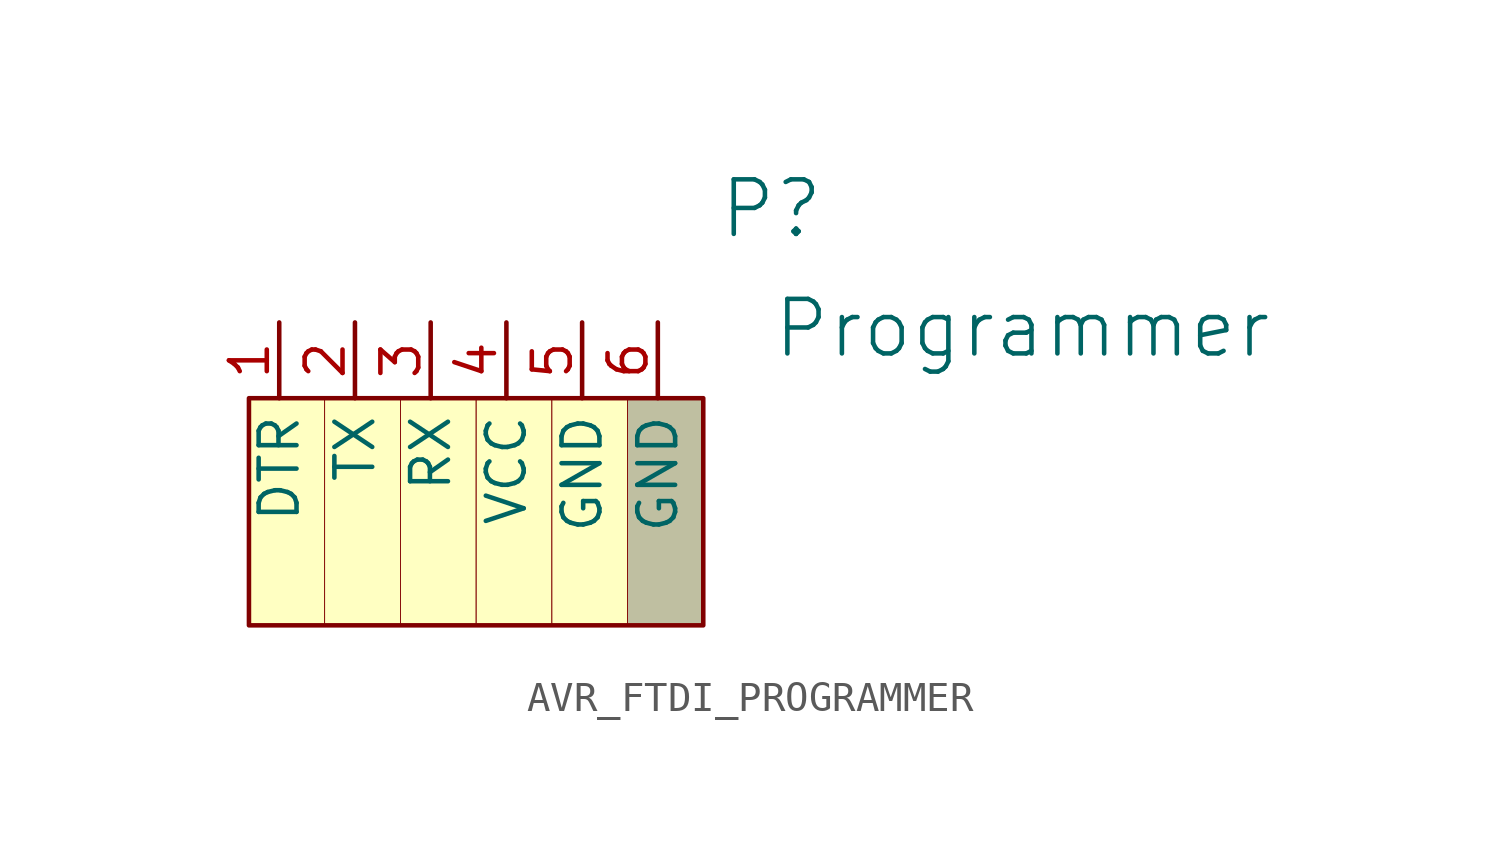
<source format=kicad_sym>
(kicad_symbol_lib
  (version 20241209)
  (generator "kicad_symbol_editor")
  (generator_version "9.0")
  (symbol "AVR_FTDI_PROGRAMMER"
    (property "Reference" "P"
      (at -1.27 1.27 0)
      (effects (font (size 1.829 1.829))))
    (property "Value" "Programmer"
      (at -1.27 -3.81 0)
      (effects (font (size 1.829 1.829)) (justify left bottom)))
    (symbol "AVR_FTDI_PROGRAMMER_1_0"
      (rectangle (start -16.256 -5.08) (end -18.796 -12.7) (stroke (width 0.025) (type solid) (color 128 0 0 1)) (fill (type color) (color 92 212 129 0.5)))
      (rectangle (start -13.716 -5.08) (end -16.256 -12.7) (stroke (width 0.025) (type solid) (color 128 0 0 1)) (fill (type background)))
      (rectangle (start -11.176 -5.08) (end -13.716 -12.7) (stroke (width 0.025) (type solid) (color 128 0 0 1)) (fill (type color) (color 255 197 26 0.5)))
      (rectangle (start -8.636 -5.08) (end -11.176 -12.7) (stroke (width 0.025) (type solid) (color 128 0 0 1)) (fill (type color) (color 214 38 84 0.5)))
      (rectangle (start -6.096 -5.08) (end -8.636 -12.7) (stroke (width 0.025) (type solid) (color 128 0 0 1)) (fill (type color) (color 159 97 46 0.5)))
      (rectangle (start -3.556 -5.08) (end -18.796 -12.7) (stroke (width 0) (type solid) (color 128 0 0 1)) (fill (type background)))
      (rectangle (start -3.556 -5.08) (end -6.096 -12.7) (stroke (width 0.025) (type solid) (color 128 0 0 1)) (fill (type color) (color 128 128 128 0.5)))
      (pin passive line (at -17.78 -2.54 270) (length 2.54) (name "DTR" (effects (font (size 1.27 1.27)))) (number "1" (effects (font (size 1.27 1.27)))))
      (pin passive line (at -15.24 -2.54 270) (length 2.54) (name "TX" (effects (font (size 1.27 1.27)))) (number "2" (effects (font (size 1.27 1.27)))))
      (pin passive line (at -12.7 -2.54 270) (length 2.54) (name "RX" (effects (font (size 1.27 1.27)))) (number "3" (effects (font (size 1.27 1.27)))))
      (pin passive line (at -10.16 -2.54 270) (length 2.54) (name "VCC" (effects (font (size 1.27 1.27)))) (number "4" (effects (font (size 1.27 1.27)))))
      (pin passive line (at -7.62 -2.54 270) (length 2.54) (name "GND" (effects (font (size 1.27 1.27)))) (number "5" (effects (font (size 1.27 1.27)))))
      (pin passive line (at -5.08 -2.54 270) (length 2.54) (name "GND" (effects (font (size 1.27 1.27)))) (number "6" (effects (font (size 1.27 1.27))))))))
</source>
